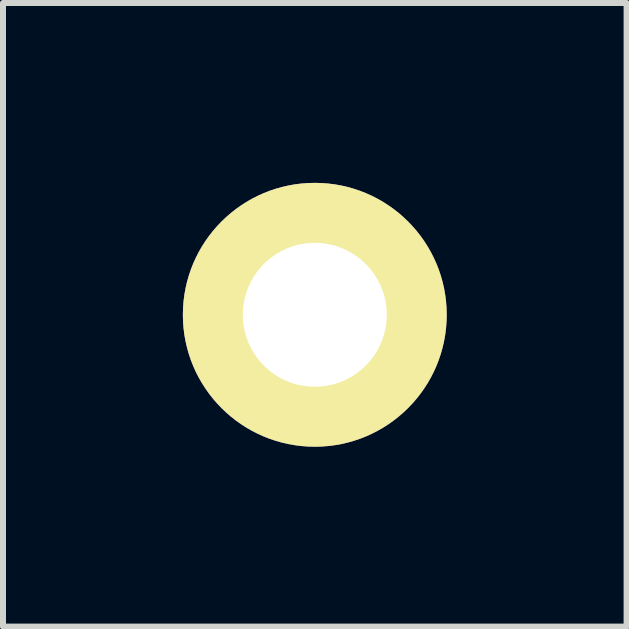
<source format=kicad_pcb>
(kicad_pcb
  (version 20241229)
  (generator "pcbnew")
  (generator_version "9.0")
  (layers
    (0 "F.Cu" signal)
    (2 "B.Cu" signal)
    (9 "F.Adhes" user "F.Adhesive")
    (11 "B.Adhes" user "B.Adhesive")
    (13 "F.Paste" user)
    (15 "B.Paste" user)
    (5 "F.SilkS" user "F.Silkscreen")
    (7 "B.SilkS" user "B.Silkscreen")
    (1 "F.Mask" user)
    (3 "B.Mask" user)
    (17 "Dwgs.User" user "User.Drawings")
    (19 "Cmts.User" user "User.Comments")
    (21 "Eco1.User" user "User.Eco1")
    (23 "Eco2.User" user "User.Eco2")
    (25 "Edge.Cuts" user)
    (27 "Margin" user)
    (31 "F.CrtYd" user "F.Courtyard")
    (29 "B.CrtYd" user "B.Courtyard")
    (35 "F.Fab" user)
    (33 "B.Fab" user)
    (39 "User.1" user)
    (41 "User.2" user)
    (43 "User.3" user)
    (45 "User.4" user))
  (footprint "_M2"
    (layer "F.Cu")
    (at 2.2 2.2)
    (property "Reference" "_M2" (at 0 -1.27 0) (layer "F.SilkS") (effects (font (size 1 1) (thickness 0.15))))
    (attr through_hole)
    (pad "1" thru_hole circle (at 0 0) (size 4.4 4.4) (drill 2.4) (layers "*.Cu" "*.Mask" "F.SilkS")))
  (gr_rect
    (start -3 -3)
    (end 7.4 7.4)
    (stroke (width 0.1) (type default))
    (fill no)
    (layer "Edge.Cuts")))
</source>
